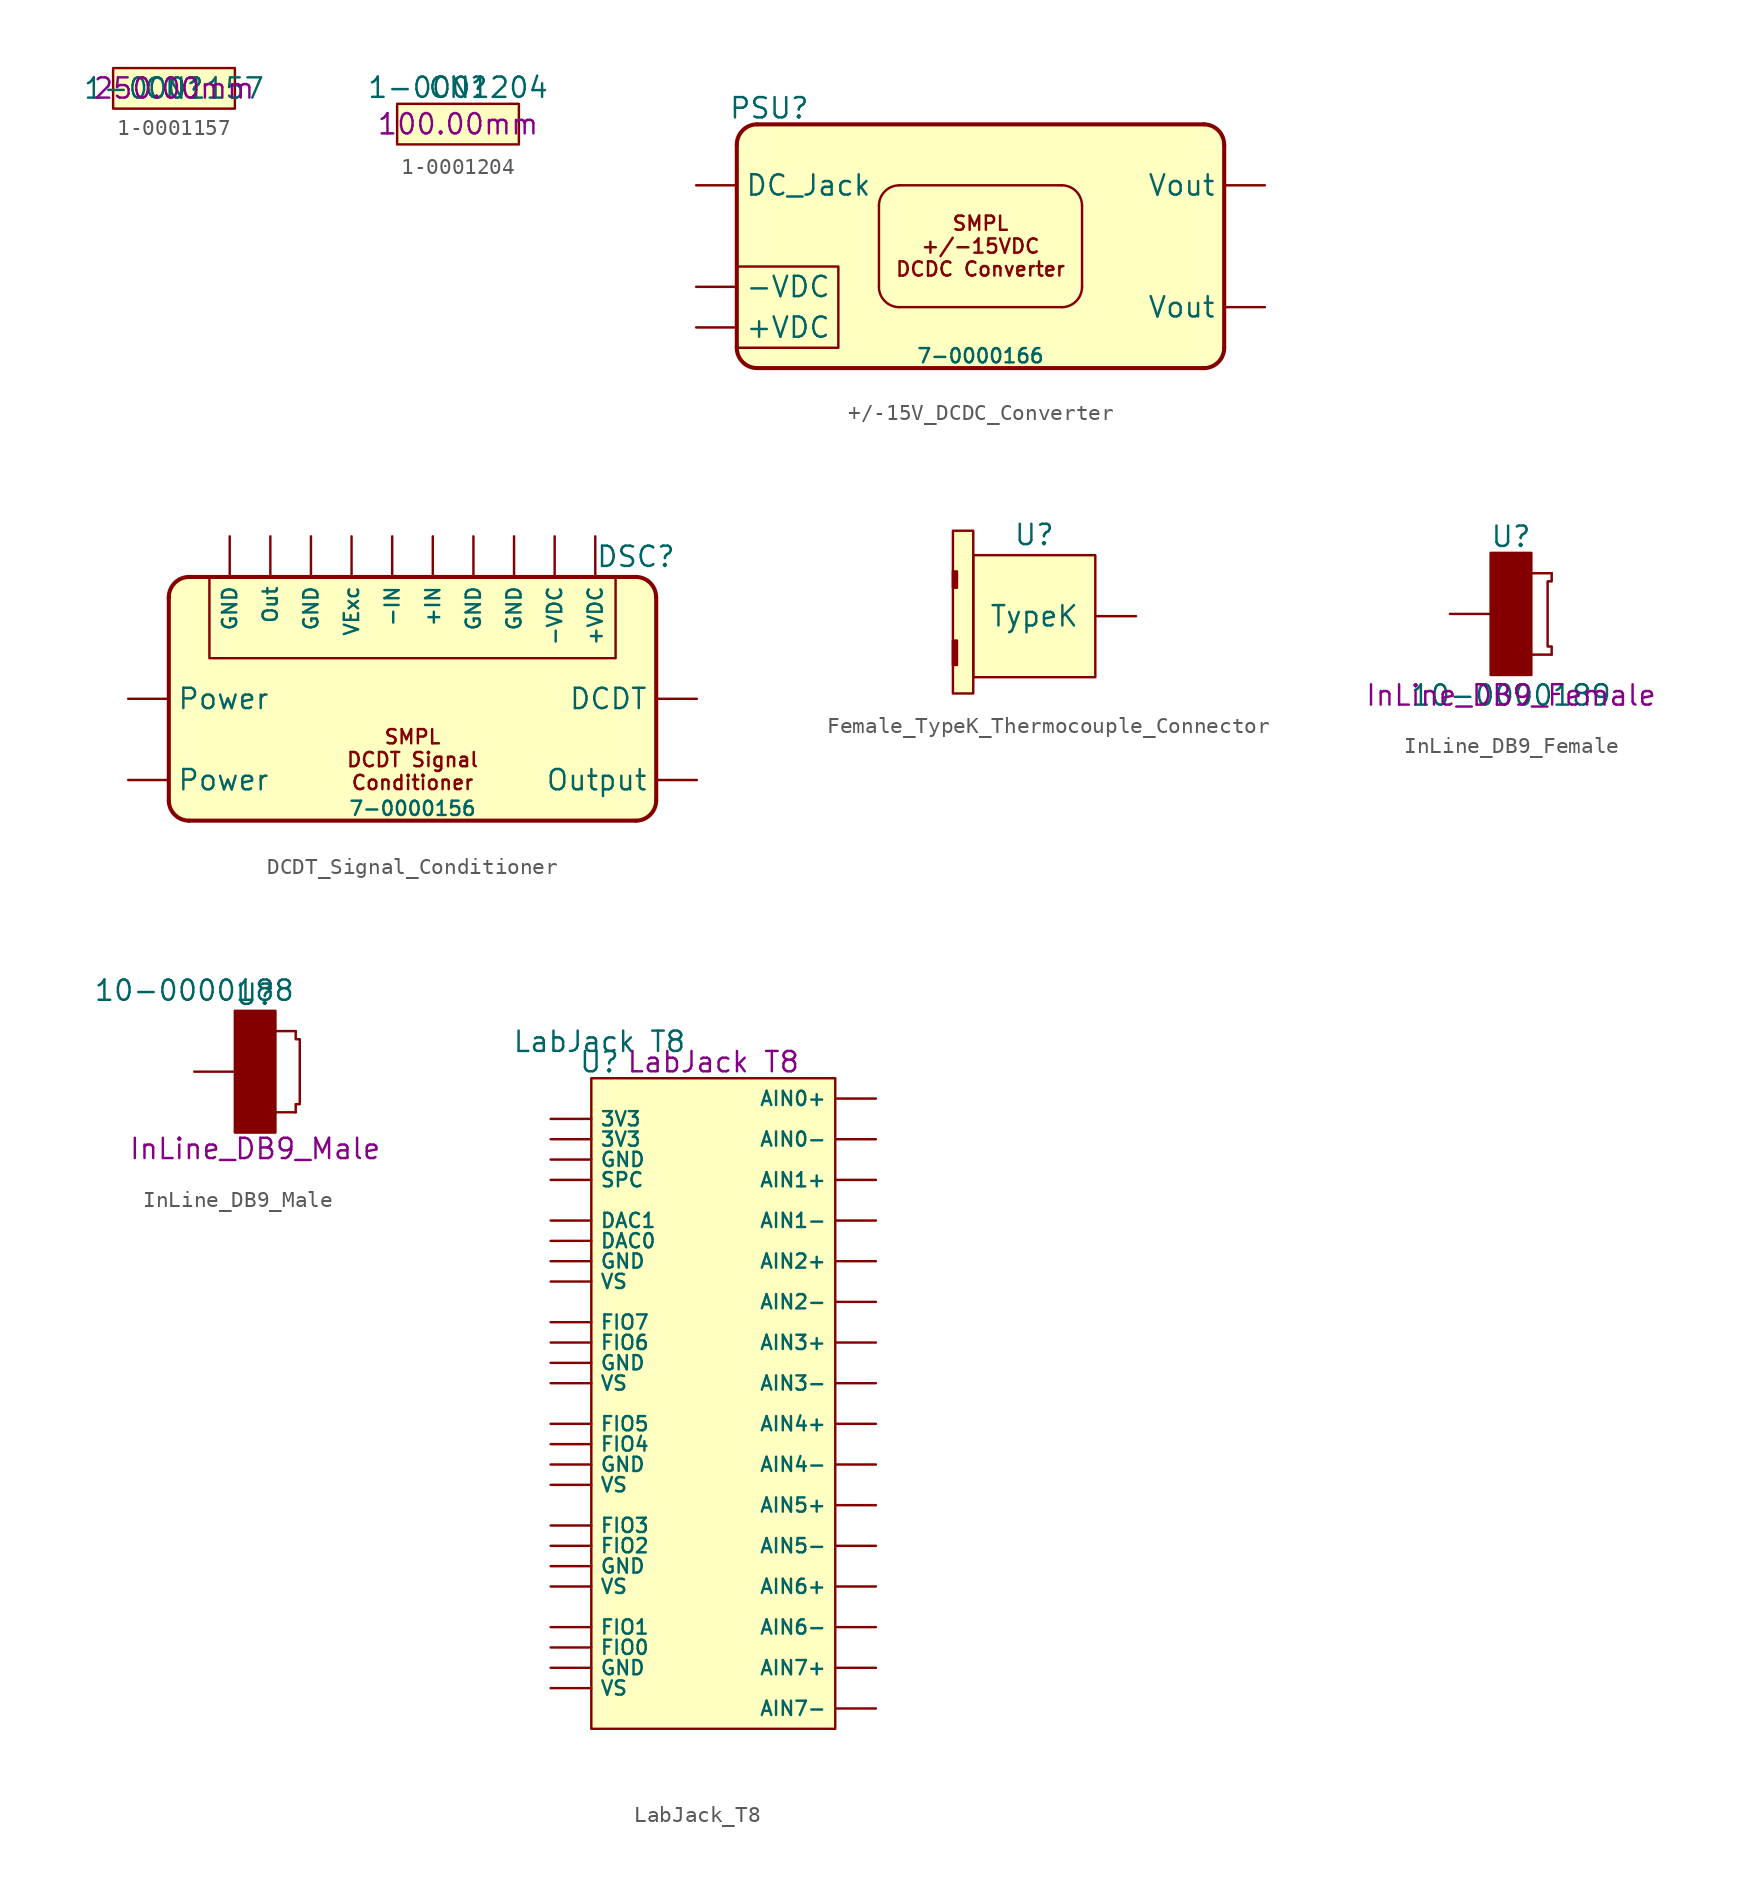
<source format=kicad_sym>
(kicad_symbol_lib
  (version 20231120)
  (generator "kicad_symbol_editor")
  (generator_version "8.0")
  (symbol "1-0001157"
    (property "Reference" "CN"
      (at 0 0 0)
      (effects (font (size 1.27 1.27))))
    (property "Value" "1-0001157"
      (at 0 0 0)
      (effects (font (size 1.27 1.27))))
    (property "PValue" "250.00mm"
      (at 0 0 0)
      (effects (font (size 1.27 1.27))))
    (symbol "1-0001157_1_1"
      (rectangle (start -3.81 1.27) (end 3.81 -1.27) (stroke (width 0) (type default)) (fill (type background)))))
  (symbol "1-0001204"
    (property "Reference" "CN"
      (at 0 2.286 0)
      (effects (font (size 1.27 1.27))))
    (property "Value" "1-0001204"
      (at 0 2.286 0)
      (effects (font (size 1.27 1.27))))
    (property "PValue" "100.00mm"
      (at 0 0 0)
      (effects (font (size 1.27 1.27))))
    (symbol "1-0001204_1_1"
      (rectangle (start -3.81 1.27) (end 3.81 -1.27) (stroke (width 0) (type default)) (fill (type background)))))
  (symbol "+/-15V_DCDC_Converter"
    (property "Reference" "PSU"
      (at -13.208 8.636 0)
      (effects (font (size 1.27 1.27))))
    (property "Value" "7-0000166"
      (at 0 -6.858 0)
      (effects (font (size 0.889 0.889))))
    (symbol "+/-15V_DCDC_Converter_0_1"
      (arc (start -6.35 -2.5402) (mid -5.978 -3.4382) (end -5.08 -3.8102) (stroke (width 0) (type default)) (fill (type none)))
      (arc (start -5.08 3.81) (mid -5.978 3.438) (end -6.35 2.54) (stroke (width 0) (type default)) (fill (type none)))
      (polyline (pts (xy -6.35 -2.54) (xy -6.35 2.54)) (stroke (width 0) (type default)) (fill (type none)))
      (polyline (pts (xy -5.08 -3.81) (xy 5.08 -3.81)) (stroke (width 0) (type default)) (fill (type none)))
      (polyline (pts (xy -5.08 3.81) (xy 5.08 3.81)) (stroke (width 0) (type default)) (fill (type none)))
      (polyline (pts (xy 6.35 -2.54) (xy 6.35 2.54)) (stroke (width 0) (type default)) (fill (type none)))
      (polyline (pts (xy -15.24 -1.27) (xy -8.89 -1.27) (xy -8.89 -6.35) (xy -15.24 -6.35)) (stroke (width 0) (type default)) (fill (type none)))
      (arc (start 5.0801 -3.8101) (mid 5.9781 -3.4381) (end 6.3501 -2.5401) (stroke (width 0) (type default)) (fill (type none)))
      (arc (start 6.3501 2.5401) (mid 5.9781 3.4381) (end 5.0801 3.8101) (stroke (width 0) (type default)) (fill (type none)))
      (rectangle (start 15.24 1.27) (end 15.24 1.27) (stroke (width 0) (type default)) (fill (type none))))
    (symbol "+/-15V_DCDC_Converter_1_1"
      (arc (start -15.24 -6.35) (mid -14.868 -7.248) (end -13.97 -7.62) (stroke (width 0.254) (type default)) (fill (type background)))
      (rectangle (start -15.24 6.35) (end -13.97 -6.35) (stroke (width -0.0001) (type default) (color 255 255 194 1)) (fill (type background)))
      (arc (start -13.97 7.62) (mid -14.868 7.248) (end -15.24 6.35) (stroke (width 0.254) (type default)) (fill (type background)))
      (rectangle (start -13.97 7.62) (end 13.97 -7.62) (stroke (width -0.0001) (type default) (color 255 255 194 1)) (fill (type background)))
      (polyline (pts (xy -15.24 6.35) (xy -15.24 -6.35)) (stroke (width 0.254) (type default)) (fill (type background)))
      (polyline (pts (xy -13.97 7.62) (xy 13.97 7.62)) (stroke (width 0.254) (type default)) (fill (type background)))
      (polyline (pts (xy 13.97 -7.62) (xy -13.97 -7.62)) (stroke (width 0.254) (type default)) (fill (type none)))
      (polyline (pts (xy 15.24 6.35) (xy 15.24 -6.35)) (stroke (width 0.254) (type default)) (fill (type none)))
      (arc (start 13.97 -7.62) (mid 14.868 -7.248) (end 15.24 -6.35) (stroke (width 0.254) (type default)) (fill (type background)))
      (rectangle (start 13.97 6.35) (end 15.24 -6.35) (stroke (width -0.0001) (type default) (color 255 255 194 1)) (fill (type background)))
      (arc (start 15.24 6.35) (mid 14.868 7.248) (end 13.97 7.62) (stroke (width 0.254) (type default)) (fill (type background)))
      (text "SMPL\n+/-15VDC\nDCDC Converter\n" (at 0 0 0) (effects (font (size 0.889 0.889))))
      (pin power_in line (at -17.78 -5.08 0) (length 2.54) (name "+VDC" (effects (font (size 1.27 1.27)))) (number "" (effects (font (size 1.27 1.27)))))
      (pin power_in line (at -17.78 -2.54 0) (length 2.54) (name "-VDC" (effects (font (size 1.27 1.27)))) (number "" (effects (font (size 1.27 1.27)))))
      (pin power_in line (at -17.78 3.81 0) (length 2.54) (name "DC_Jack" (effects (font (size 1.27 1.27)))) (number "" (effects (font (size 1.27 1.27)))))
      (pin power_out line (at 17.78 -3.81 180) (length 2.54) (name "Vout" (effects (font (size 1.27 1.27)))) (number "" (effects (font (size 1.27 1.27)))))
      (pin power_out line (at 17.78 3.81 180) (length 2.54) (name "Vout" (effects (font (size 1.27 1.27)))) (number "" (effects (font (size 1.27 1.27)))))))
  (symbol "DCDT_Signal_Conditioner"
    (property "Reference" "DSC"
      (at 13.97 8.89 0)
      (effects (font (size 1.27 1.27))))
    (property "Value" "7-0000156"
      (at 0 -6.858 0)
      (effects (font (size 0.889 0.889))))
    (symbol "DCDT_Signal_Conditioner_0_1"
      (rectangle (start 15.24 1.27) (end 15.24 1.27) (stroke (width 0) (type default)) (fill (type none))))
    (symbol "DCDT_Signal_Conditioner_1_1"
      (arc (start -15.24 -6.35) (mid -14.868 -7.248) (end -13.97 -7.62) (stroke (width 0.254) (type default)) (fill (type background)))
      (rectangle (start -15.24 6.35) (end -13.97 -6.35) (stroke (width -0.0001) (type default) (color 255 255 194 1)) (fill (type background)))
      (arc (start -13.97 7.62) (mid -14.868 7.248) (end -15.24 6.35) (stroke (width 0.254) (type default)) (fill (type background)))
      (rectangle (start -13.97 7.62) (end 13.97 -7.62) (stroke (width -0.0001) (type default) (color 255 255 194 1)) (fill (type background)))
      (polyline (pts (xy -15.24 6.35) (xy -15.24 -6.35)) (stroke (width 0.254) (type default)) (fill (type background)))
      (polyline (pts (xy -13.97 7.62) (xy 13.97 7.62)) (stroke (width 0.254) (type default)) (fill (type background)))
      (polyline (pts (xy 13.97 -7.62) (xy -13.97 -7.62)) (stroke (width 0.254) (type default)) (fill (type none)))
      (polyline (pts (xy 15.24 6.35) (xy 15.24 -6.35)) (stroke (width 0.254) (type default)) (fill (type none)))
      (polyline (pts (xy -12.7 7.62) (xy -12.7 2.54) (xy 12.7 2.54) (xy 12.7 7.62)) (stroke (width 0) (type default)) (fill (type none)))
      (arc (start 13.97 -7.62) (mid 14.868 -7.248) (end 15.24 -6.35) (stroke (width 0.254) (type default)) (fill (type background)))
      (rectangle (start 13.97 6.35) (end 15.24 -6.35) (stroke (width -0.0001) (type default) (color 255 255 194 1)) (fill (type background)))
      (arc (start 15.24 6.35) (mid 14.868 7.248) (end 13.97 7.62) (stroke (width 0.254) (type default)) (fill (type background)))
      (text "SMPL\nDCDT Signal\nConditioner\n" (at 0 -3.81 0) (effects (font (size 0.889 0.889))))
      (pin input line (at 1.27 10.16 270) (length 2.54) (name "+IN" (effects (font (size 0.889 0.889)))) (number "" (effects (font (size 1.27 1.27)))))
      (pin power_in line (at 11.43 10.16 270) (length 2.54) (name "+VDC" (effects (font (size 0.889 0.889)))) (number "" (effects (font (size 1.27 1.27)))))
      (pin input line (at -1.27 10.16 270) (length 2.54) (name "-IN" (effects (font (size 0.889 0.889)))) (number "" (effects (font (size 1.27 1.27)))))
      (pin power_in line (at 8.89 10.16 270) (length 2.54) (name "-VDC" (effects (font (size 0.889 0.889)))) (number "" (effects (font (size 1.27 1.27)))))
      (pin input line (at 17.78 0 180) (length 2.54) (name "DCDT" (effects (font (size 1.27 1.27)))) (number "" (effects (font (size 1.27 1.27)))))
      (pin power_in line (at -11.43 10.16 270) (length 2.54) (name "GND" (effects (font (size 0.889 0.889)))) (number "" (effects (font (size 1.27 1.27)))))
      (pin power_in line (at -6.35 10.16 270) (length 2.54) (name "GND" (effects (font (size 0.889 0.889)))) (number "" (effects (font (size 1.27 1.27)))))
      (pin power_in line (at 3.81 10.16 270) (length 2.54) (name "GND" (effects (font (size 0.889 0.889)))) (number "" (effects (font (size 1.27 1.27)))))
      (pin power_in line (at 6.35 10.16 270) (length 2.54) (name "GND" (effects (font (size 0.889 0.889)))) (number "" (effects (font (size 1.27 1.27)))))
      (pin output line (at -8.89 10.16 270) (length 2.54) (name "Out" (effects (font (size 0.889 0.889)))) (number "" (effects (font (size 1.27 1.27)))))
      (pin output line (at 17.78 -5.08 180) (length 2.54) (name "Output" (effects (font (size 1.27 1.27)))) (number "" (effects (font (size 1.27 1.27)))))
      (pin power_in line (at -17.78 -5.08 0) (length 2.54) (name "Power" (effects (font (size 1.27 1.27)))) (number "" (effects (font (size 1.27 1.27)))))
      (pin power_in line (at -17.78 0 0) (length 2.54) (name "Power" (effects (font (size 1.27 1.27)))) (number "" (effects (font (size 1.27 1.27)))))
      (pin output line (at -3.81 10.16 270) (length 2.54) (name "VExc" (effects (font (size 0.889 0.889)))) (number "" (effects (font (size 1.27 1.27)))))))
  (symbol "Female_TypeK_Thermocouple_Connector"
    (property "Reference" "U"
      (at 0 5.08 0)
      (effects (font (size 1.27 1.27))))
    (property "Value" "TypeK"
      (at 0 0 0)
      (effects (font (size 1.27 1.27))))
    (symbol "Female_TypeK_Thermocouple_Connector_1_1"
      (rectangle (start -5.08 -1.524) (end -4.826 -3.048) (stroke (width 0) (type default)) (fill (type outline)))
      (rectangle (start -5.08 2.794) (end -4.826 1.778) (stroke (width 0) (type default)) (fill (type outline)))
      (rectangle (start -5.08 5.334) (end -3.81 -4.826) (stroke (width 0) (type default)) (fill (type background)))
      (rectangle (start -3.81 3.81) (end 3.81 -3.81) (stroke (width 0) (type default)) (fill (type background)))
      (pin bidirectional line (at 6.35 0 180) (length 2.54) (name "" (effects (font (size 0.889 0.889)))) (number "" (effects (font (size 1.27 1.27)))))))
  (symbol "InLine_DB9_Female"
    (property "Reference" "U"
      (at 0 4.826 0)
      (do_not_autoplace)
      (effects (font (size 1.27 1.27))))
    (property "Value" "10-0000189"
      (at 0 -5.08 0)
      (effects (font (size 1.27 1.27))))
    (property "Description" "InLine_DB9_Female"
      (at 0 -5.08 0)
      (do_not_autoplace)
      (effects (font (size 1.27 1.27))))
    (symbol "InLine_DB9_Female_1_1"
      (rectangle (start -1.27 3.81) (end 1.27 -3.81) (stroke (width 0) (type default)) (fill (type outline)))
      (polyline (pts (xy 1.27 -2.54) (xy 2.54 -2.54)) (stroke (width 0) (type default)) (fill (type none)))
      (polyline (pts (xy 1.27 2.54) (xy 2.54 2.54)) (stroke (width 0) (type default)) (fill (type none)))
      (polyline (pts (xy 2.54 -2.54) (xy 2.54 -2.032) (xy 2.286 -2.032) (xy 2.286 2.032) (xy 2.54 2.032) (xy 2.54 2.54)) (stroke (width 0) (type default)) (fill (type none)))
      (pin bidirectional line (at -3.81 0 0) (length 2.54) (name "" (effects (font (size 0.889 0.889)))) (number "" (effects (font (size 1.27 1.27)))))))
  (symbol "InLine_DB9_Male"
    (property "Reference" "U"
      (at 0 4.826 0)
      (do_not_autoplace)
      (effects (font (size 1.27 1.27))))
    (property "Value" "10-0000188"
      (at -3.81 5.08 0)
      (effects (font (size 1.27 1.27))))
    (property "Description" "InLine_DB9_Male"
      (at 0 -4.826 0)
      (do_not_autoplace)
      (effects (font (size 1.27 1.27))))
    (symbol "InLine_DB9_Male_1_1"
      (rectangle (start -1.27 3.81) (end 1.27 -3.81) (stroke (width 0) (type default)) (fill (type outline)))
      (polyline (pts (xy 1.27 -2.54) (xy 2.54 -2.54)) (stroke (width 0) (type default)) (fill (type none)))
      (polyline (pts (xy 1.27 2.54) (xy 2.54 2.54)) (stroke (width 0) (type default)) (fill (type none)))
      (polyline (pts (xy 2.54 2.54) (xy 2.54 2.032) (xy 2.794 2.032) (xy 2.794 -2.032) (xy 2.54 -2.032) (xy 2.54 -2.54)) (stroke (width 0) (type default)) (fill (type none)))
      (pin bidirectional line (at -3.81 0 0) (length 2.54) (name "" (effects (font (size 0.889 0.889)))) (number "" (effects (font (size 1.27 1.27)))))))
  (symbol "LabJack_T8"
    (property "Reference" "U"
      (at -7.112 21.336 0)
      (do_not_autoplace)
      (effects (font (size 1.27 1.27))))
    (property "Value" "LabJack T8"
      (at -7.112 22.606 0)
      (effects (font (size 1.27 1.27))))
    (property "Description" "LabJack T8"
      (at 0 21.336 0)
      (do_not_autoplace)
      (effects (font (size 1.27 1.27))))
    (symbol "LabJack_T8_1_1"
      (rectangle (start -7.62 20.32) (end 7.62 -20.32) (stroke (width 0) (type default)) (fill (type background)))
      (pin power_in line (at -10.16 16.51 0) (length 2.54) (name "3V3" (effects (font (size 0.889 0.889)))) (number "" (effects (font (size 1.27 1.27)))))
      (pin power_in line (at -10.16 17.78 0) (length 2.54) (name "3V3" (effects (font (size 0.889 0.889)))) (number "" (effects (font (size 1.27 1.27)))))
      (pin input line (at 10.16 19.05 180) (length 2.54) (name "AIN0+" (effects (font (size 0.889 0.889)))) (number "" (effects (font (size 1.27 1.27)))))
      (pin input line (at 10.16 16.51 180) (length 2.54) (name "AIN0-" (effects (font (size 0.889 0.889)))) (number "" (effects (font (size 1.27 1.27)))))
      (pin input line (at 10.16 13.97 180) (length 2.54) (name "AIN1+" (effects (font (size 0.889 0.889)))) (number "" (effects (font (size 1.27 1.27)))))
      (pin input line (at 10.16 11.43 180) (length 2.54) (name "AIN1-" (effects (font (size 0.889 0.889)))) (number "" (effects (font (size 1.27 1.27)))))
      (pin input line (at 10.16 8.89 180) (length 2.54) (name "AIN2+" (effects (font (size 0.889 0.889)))) (number "" (effects (font (size 1.27 1.27)))))
      (pin input line (at 10.16 6.35 180) (length 2.54) (name "AIN2-" (effects (font (size 0.889 0.889)))) (number "" (effects (font (size 1.27 1.27)))))
      (pin input line (at 10.16 3.81 180) (length 2.54) (name "AIN3+" (effects (font (size 0.889 0.889)))) (number "" (effects (font (size 1.27 1.27)))))
      (pin input line (at 10.16 1.27 180) (length 2.54) (name "AIN3-" (effects (font (size 0.889 0.889)))) (number "" (effects (font (size 1.27 1.27)))))
      (pin input line (at 10.16 -1.27 180) (length 2.54) (name "AIN4+" (effects (font (size 0.889 0.889)))) (number "" (effects (font (size 1.27 1.27)))))
      (pin input line (at 10.16 -3.81 180) (length 2.54) (name "AIN4-" (effects (font (size 0.889 0.889)))) (number "" (effects (font (size 1.27 1.27)))))
      (pin input line (at 10.16 -6.35 180) (length 2.54) (name "AIN5+" (effects (font (size 0.889 0.889)))) (number "" (effects (font (size 1.27 1.27)))))
      (pin input line (at 10.16 -8.89 180) (length 2.54) (name "AIN5-" (effects (font (size 0.889 0.889)))) (number "" (effects (font (size 1.27 1.27)))))
      (pin input line (at 10.16 -11.43 180) (length 2.54) (name "AIN6+" (effects (font (size 0.889 0.889)))) (number "" (effects (font (size 1.27 1.27)))))
      (pin input line (at 10.16 -13.97 180) (length 2.54) (name "AIN6-" (effects (font (size 0.889 0.889)))) (number "" (effects (font (size 1.27 1.27)))))
      (pin input line (at 10.16 -16.51 180) (length 2.54) (name "AIN7+" (effects (font (size 0.889 0.889)))) (number "" (effects (font (size 1.27 1.27)))))
      (pin input line (at 10.16 -19.05 180) (length 2.54) (name "AIN7-" (effects (font (size 0.889 0.889)))) (number "" (effects (font (size 1.27 1.27)))))
      (pin output line (at -10.16 10.16 0) (length 2.54) (name "DAC0" (effects (font (size 0.889 0.889)))) (number "" (effects (font (size 1.27 1.27)))))
      (pin output line (at -10.16 11.43 0) (length 2.54) (name "DAC1" (effects (font (size 0.889 0.889)))) (number "" (effects (font (size 1.27 1.27)))))
      (pin output line (at -10.16 -15.24 0) (length 2.54) (name "FIO0" (effects (font (size 0.889 0.889)))) (number "" (effects (font (size 1.27 1.27)))))
      (pin output line (at -10.16 -13.97 0) (length 2.54) (name "FIO1" (effects (font (size 0.889 0.889)))) (number "" (effects (font (size 1.27 1.27)))))
      (pin output line (at -10.16 -8.89 0) (length 2.54) (name "FIO2" (effects (font (size 0.889 0.889)))) (number "" (effects (font (size 1.27 1.27)))))
      (pin output line (at -10.16 -7.62 0) (length 2.54) (name "FIO3" (effects (font (size 0.889 0.889)))) (number "" (effects (font (size 1.27 1.27)))))
      (pin output line (at -10.16 -2.54 0) (length 2.54) (name "FIO4" (effects (font (size 0.889 0.889)))) (number "" (effects (font (size 1.27 1.27)))))
      (pin output line (at -10.16 -1.27 0) (length 2.54) (name "FIO5" (effects (font (size 0.889 0.889)))) (number "" (effects (font (size 1.27 1.27)))))
      (pin output line (at -10.16 3.81 0) (length 2.54) (name "FIO6" (effects (font (size 0.889 0.889)))) (number "" (effects (font (size 1.27 1.27)))))
      (pin output line (at -10.16 5.08 0) (length 2.54) (name "FIO7" (effects (font (size 0.889 0.889)))) (number "" (effects (font (size 1.27 1.27)))))
      (pin power_in line (at -10.16 -16.51 0) (length 2.54) (name "GND" (effects (font (size 0.889 0.889)))) (number "" (effects (font (size 1.27 1.27)))))
      (pin power_in line (at -10.16 -10.16 0) (length 2.54) (name "GND" (effects (font (size 0.889 0.889)))) (number "" (effects (font (size 1.27 1.27)))))
      (pin power_in line (at -10.16 -3.81 0) (length 2.54) (name "GND" (effects (font (size 0.889 0.889)))) (number "" (effects (font (size 1.27 1.27)))))
      (pin power_in line (at -10.16 2.54 0) (length 2.54) (name "GND" (effects (font (size 0.889 0.889)))) (number "" (effects (font (size 1.27 1.27)))))
      (pin power_in line (at -10.16 8.89 0) (length 2.54) (name "GND" (effects (font (size 0.889 0.889)))) (number "" (effects (font (size 1.27 1.27)))))
      (pin power_in line (at -10.16 15.24 0) (length 2.54) (name "GND" (effects (font (size 0.889 0.889)))) (number "" (effects (font (size 1.27 1.27)))))
      (pin unspecified line (at -10.16 13.97 0) (length 2.54) (name "SPC" (effects (font (size 0.889 0.889)))) (number "" (effects (font (size 1.27 1.27)))))
      (pin power_out line (at -10.16 -17.78 0) (length 2.54) (name "VS" (effects (font (size 0.889 0.889)))) (number "" (effects (font (size 1.27 1.27)))))
      (pin power_out line (at -10.16 -11.43 0) (length 2.54) (name "VS" (effects (font (size 0.889 0.889)))) (number "" (effects (font (size 1.27 1.27)))))
      (pin power_out line (at -10.16 -5.08 0) (length 2.54) (name "VS" (effects (font (size 0.889 0.889)))) (number "" (effects (font (size 1.27 1.27)))))
      (pin power_out line (at -10.16 1.27 0) (length 2.54) (name "VS" (effects (font (size 0.889 0.889)))) (number "" (effects (font (size 1.27 1.27)))))
      (pin power_out line (at -10.16 7.62 0) (length 2.54) (name "VS" (effects (font (size 0.889 0.889)))) (number "" (effects (font (size 1.27 1.27))))))))
</source>
